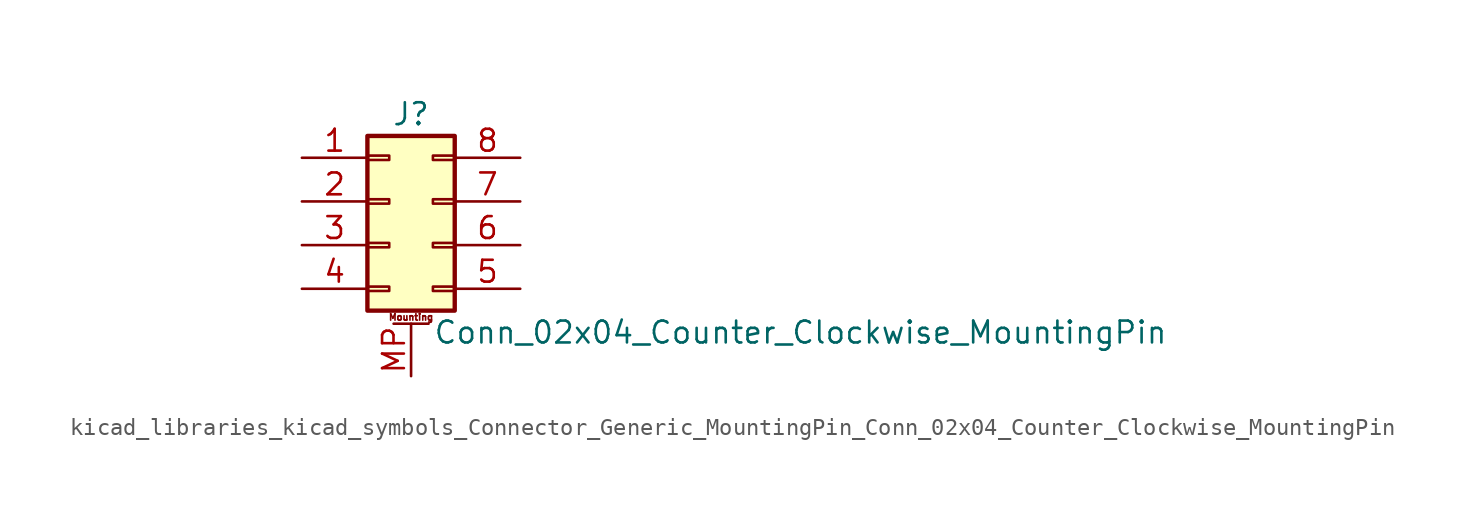
<source format=kicad_sym>
(kicad_symbol_lib
  (version 20220914)
  (generator kicad_symbol_editor)
  (symbol "kicad_libraries_kicad_symbols_Connector_Generic_MountingPin_Conn_02x04_Counter_Clockwise_MountingPin"
    (pin_names
      (offset 1.016) hide)
    (property "Reference" "J"
      (at 1.27 5.08 0)
      (effects (font (size 1.27 1.27))))
    (property "Value" "Conn_02x04_Counter_Clockwise_MountingPin"
      (at 2.54 -7.62 0)
      (effects (font (size 1.27 1.27)) (justify left)))
    (symbol "kicad_libraries_kicad_symbols_Connector_Generic_MountingPin_Conn_02x04_Counter_Clockwise_MountingPin_1_1"
      (rectangle (start -1.27 -4.953) (end 0 -5.207) (stroke (width 0.152) (type default)) (fill (type none)))
      (rectangle (start -1.27 -2.413) (end 0 -2.667) (stroke (width 0.152) (type default)) (fill (type none)))
      (rectangle (start -1.27 0.127) (end 0 -0.127) (stroke (width 0.152) (type default)) (fill (type none)))
      (rectangle (start -1.27 2.667) (end 0 2.413) (stroke (width 0.152) (type default)) (fill (type none)))
      (rectangle (start -1.27 3.81) (end 3.81 -6.35) (stroke (width 0.254) (type default)) (fill (type background)))
      (polyline (pts (xy 0.254 -7.112) (xy 2.286 -7.112)) (stroke (width 0.152) (type default)) (fill (type none)))
      (rectangle (start 3.81 -4.953) (end 2.54 -5.207) (stroke (width 0.152) (type default)) (fill (type none)))
      (rectangle (start 3.81 -2.413) (end 2.54 -2.667) (stroke (width 0.152) (type default)) (fill (type none)))
      (rectangle (start 3.81 0.127) (end 2.54 -0.127) (stroke (width 0.152) (type default)) (fill (type none)))
      (rectangle (start 3.81 2.667) (end 2.54 2.413) (stroke (width 0.152) (type default)) (fill (type none)))
      (text "Mounting" (at 1.27 -6.731 0) (effects (font (size 0.381 0.381))))
      (pin passive line (at -5.08 2.54 0) (length 3.81) (name "Pin_1" (effects (font (size 1.27 1.27)))) (number "1" (effects (font (size 1.27 1.27)))))
      (pin passive line (at -5.08 0 0) (length 3.81) (name "Pin_2" (effects (font (size 1.27 1.27)))) (number "2" (effects (font (size 1.27 1.27)))))
      (pin passive line (at -5.08 -2.54 0) (length 3.81) (name "Pin_3" (effects (font (size 1.27 1.27)))) (number "3" (effects (font (size 1.27 1.27)))))
      (pin passive line (at -5.08 -5.08 0) (length 3.81) (name "Pin_4" (effects (font (size 1.27 1.27)))) (number "4" (effects (font (size 1.27 1.27)))))
      (pin passive line (at 7.62 -5.08 180) (length 3.81) (name "Pin_5" (effects (font (size 1.27 1.27)))) (number "5" (effects (font (size 1.27 1.27)))))
      (pin passive line (at 7.62 -2.54 180) (length 3.81) (name "Pin_6" (effects (font (size 1.27 1.27)))) (number "6" (effects (font (size 1.27 1.27)))))
      (pin passive line (at 7.62 0 180) (length 3.81) (name "Pin_7" (effects (font (size 1.27 1.27)))) (number "7" (effects (font (size 1.27 1.27)))))
      (pin passive line (at 7.62 2.54 180) (length 3.81) (name "Pin_8" (effects (font (size 1.27 1.27)))) (number "8" (effects (font (size 1.27 1.27)))))
      (pin passive line (at 1.27 -10.16 90) (length 3.048) (name "MountPin" (effects (font (size 1.27 1.27)))) (number "MP" (effects (font (size 1.27 1.27))))))))
</source>
